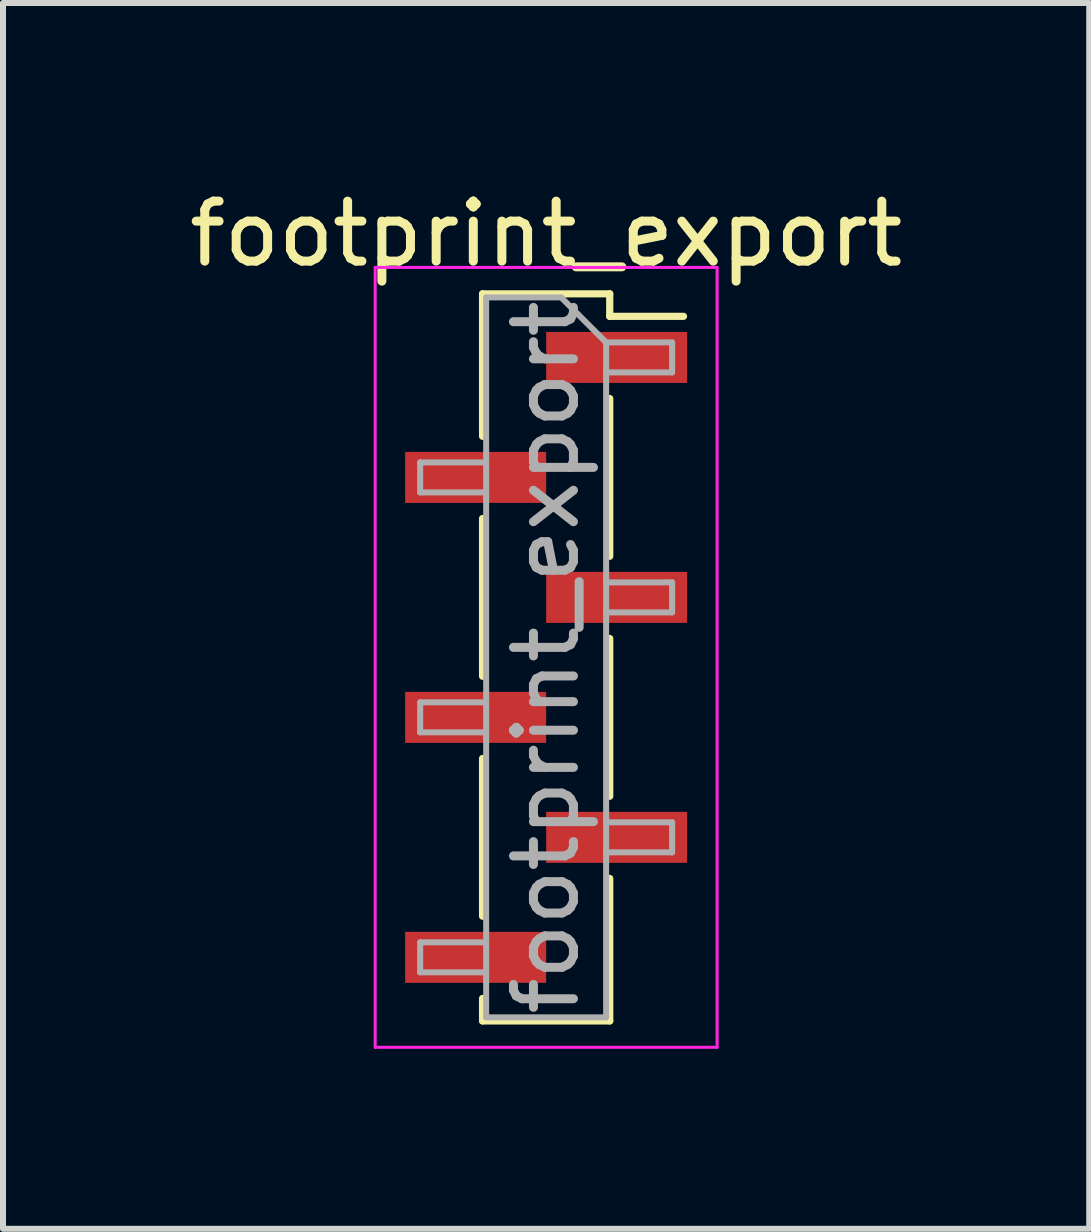
<source format=kicad_pcb>
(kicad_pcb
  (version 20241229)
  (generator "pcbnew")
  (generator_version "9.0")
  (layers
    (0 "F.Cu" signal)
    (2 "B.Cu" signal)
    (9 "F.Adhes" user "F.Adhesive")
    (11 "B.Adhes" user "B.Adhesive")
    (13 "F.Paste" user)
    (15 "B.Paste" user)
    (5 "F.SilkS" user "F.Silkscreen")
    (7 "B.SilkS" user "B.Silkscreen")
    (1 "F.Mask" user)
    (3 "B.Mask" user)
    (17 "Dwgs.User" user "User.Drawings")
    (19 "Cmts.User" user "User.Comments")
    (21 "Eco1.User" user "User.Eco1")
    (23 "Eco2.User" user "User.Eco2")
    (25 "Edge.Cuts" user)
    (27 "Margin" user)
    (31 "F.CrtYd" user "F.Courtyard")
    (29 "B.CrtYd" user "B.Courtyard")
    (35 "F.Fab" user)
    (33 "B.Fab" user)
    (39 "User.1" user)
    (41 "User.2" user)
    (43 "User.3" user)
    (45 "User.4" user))
  (footprint "footprint_export"
    (layer "F.Cu")
    (at 6.054 7.908)
    (property "Reference" "footprint_export" (at 0 -7.06 0) (layer "F.SilkS") (effects (font (size 1 1) (thickness 0.15))))
    (attr smd)
    (fp_line (start -1.06 -6.06) (end -1.06 -3.685) (stroke (width 0.12) (type solid)) (layer "F.SilkS"))
    (fp_line (start -1.06 -6.06) (end 1.06 -6.06) (stroke (width 0.12) (type solid)) (layer "F.SilkS"))
    (fp_line (start -1.06 -2.315) (end -1.06 0.315) (stroke (width 0.12) (type solid)) (layer "F.SilkS"))
    (fp_line (start -1.06 1.685) (end -1.06 4.315) (stroke (width 0.12) (type solid)) (layer "F.SilkS"))
    (fp_line (start -1.06 5.685) (end -1.06 6.06) (stroke (width 0.12) (type solid)) (layer "F.SilkS"))
    (fp_line (start -1.06 6.06) (end 1.06 6.06) (stroke (width 0.12) (type solid)) (layer "F.SilkS"))
    (fp_line (start 1.06 -6.06) (end 1.06 -5.685) (stroke (width 0.12) (type solid)) (layer "F.SilkS"))
    (fp_line (start 1.06 -5.685) (end 2.29 -5.685) (stroke (width 0.12) (type solid)) (layer "F.SilkS"))
    (fp_line (start 1.06 -4.315) (end 1.06 -1.685) (stroke (width 0.12) (type solid)) (layer "F.SilkS"))
    (fp_line (start 1.06 -0.315) (end 1.06 2.315) (stroke (width 0.12) (type solid)) (layer "F.SilkS"))
    (fp_line (start 1.06 3.685) (end 1.06 6.06) (stroke (width 0.12) (type solid)) (layer "F.SilkS"))
    (fp_line (start -2.85 -6.5) (end -2.85 6.5) (stroke (width 0.05) (type solid)) (layer "F.CrtYd"))
    (fp_line (start -2.85 6.5) (end 2.85 6.5) (stroke (width 0.05) (type solid)) (layer "F.CrtYd"))
    (fp_line (start 2.85 -6.5) (end -2.85 -6.5) (stroke (width 0.05) (type solid)) (layer "F.CrtYd"))
    (fp_line (start 2.85 6.5) (end 2.85 -6.5) (stroke (width 0.05) (type solid)) (layer "F.CrtYd"))
    (fp_line (start -2.1 -3.25) (end -2.1 -2.75) (stroke (width 0.1) (type solid)) (layer "F.Fab"))
    (fp_line (start -2.1 -2.75) (end -1 -2.75) (stroke (width 0.1) (type solid)) (layer "F.Fab"))
    (fp_line (start -2.1 0.75) (end -2.1 1.25) (stroke (width 0.1) (type solid)) (layer "F.Fab"))
    (fp_line (start -2.1 1.25) (end -1 1.25) (stroke (width 0.1) (type solid)) (layer "F.Fab"))
    (fp_line (start -2.1 4.75) (end -2.1 5.25) (stroke (width 0.1) (type solid)) (layer "F.Fab"))
    (fp_line (start -2.1 5.25) (end -1 5.25) (stroke (width 0.1) (type solid)) (layer "F.Fab"))
    (fp_line (start -1 -6) (end -1 6) (stroke (width 0.1) (type solid)) (layer "F.Fab"))
    (fp_line (start -1 -6) (end 0.25 -6) (stroke (width 0.1) (type solid)) (layer "F.Fab"))
    (fp_line (start -1 -3.25) (end -2.1 -3.25) (stroke (width 0.1) (type solid)) (layer "F.Fab"))
    (fp_line (start -1 0.75) (end -2.1 0.75) (stroke (width 0.1) (type solid)) (layer "F.Fab"))
    (fp_line (start -1 4.75) (end -2.1 4.75) (stroke (width 0.1) (type solid)) (layer "F.Fab"))
    (fp_line (start 1 -5.25) (end 0.25 -6) (stroke (width 0.1) (type solid)) (layer "F.Fab"))
    (fp_line (start 1 -5.25) (end 2.1 -5.25) (stroke (width 0.1) (type solid)) (layer "F.Fab"))
    (fp_line (start 1 -1.25) (end 2.1 -1.25) (stroke (width 0.1) (type solid)) (layer "F.Fab"))
    (fp_line (start 1 2.75) (end 2.1 2.75) (stroke (width 0.1) (type solid)) (layer "F.Fab"))
    (fp_line (start 1 6) (end -1 6) (stroke (width 0.1) (type solid)) (layer "F.Fab"))
    (fp_line (start 1 6) (end 1 -5.25) (stroke (width 0.1) (type solid)) (layer "F.Fab"))
    (fp_line (start 2.1 -5.25) (end 2.1 -4.75) (stroke (width 0.1) (type solid)) (layer "F.Fab"))
    (fp_line (start 2.1 -4.75) (end 1 -4.75) (stroke (width 0.1) (type solid)) (layer "F.Fab"))
    (fp_line (start 2.1 -1.25) (end 2.1 -0.75) (stroke (width 0.1) (type solid)) (layer "F.Fab"))
    (fp_line (start 2.1 -0.75) (end 1 -0.75) (stroke (width 0.1) (type solid)) (layer "F.Fab"))
    (fp_line (start 2.1 2.75) (end 2.1 3.25) (stroke (width 0.1) (type solid)) (layer "F.Fab"))
    (fp_line (start 2.1 3.25) (end 1 3.25) (stroke (width 0.1) (type solid)) (layer "F.Fab"))
    (fp_text user "${REFERENCE}" (at 0 0 90) (layer "F.Fab") (effects (font (size 1 1) (thickness 0.15))))
    (pad "1" smd rect (at 1.175 -5) (size 2.35 0.85) (layers "F.Cu" "F.Mask" "F.Paste"))
    (pad "2" smd rect (at -1.175 -3) (size 2.35 0.85) (layers "F.Cu" "F.Mask" "F.Paste"))
    (pad "3" smd rect (at 1.175 -1) (size 2.35 0.85) (layers "F.Cu" "F.Mask" "F.Paste"))
    (pad "4" smd rect (at -1.175 1) (size 2.35 0.85) (layers "F.Cu" "F.Mask" "F.Paste"))
    (pad "5" smd rect (at 1.175 3) (size 2.35 0.85) (layers "F.Cu" "F.Mask" "F.Paste"))
    (pad "6" smd rect (at -1.175 5) (size 2.35 0.85) (layers "F.Cu" "F.Mask" "F.Paste")))
  (gr_rect
    (start -3 -3)
    (end 15.107 17.433)
    (stroke (width 0.1) (type default))
    (fill no)
    (layer "Edge.Cuts")))
</source>
